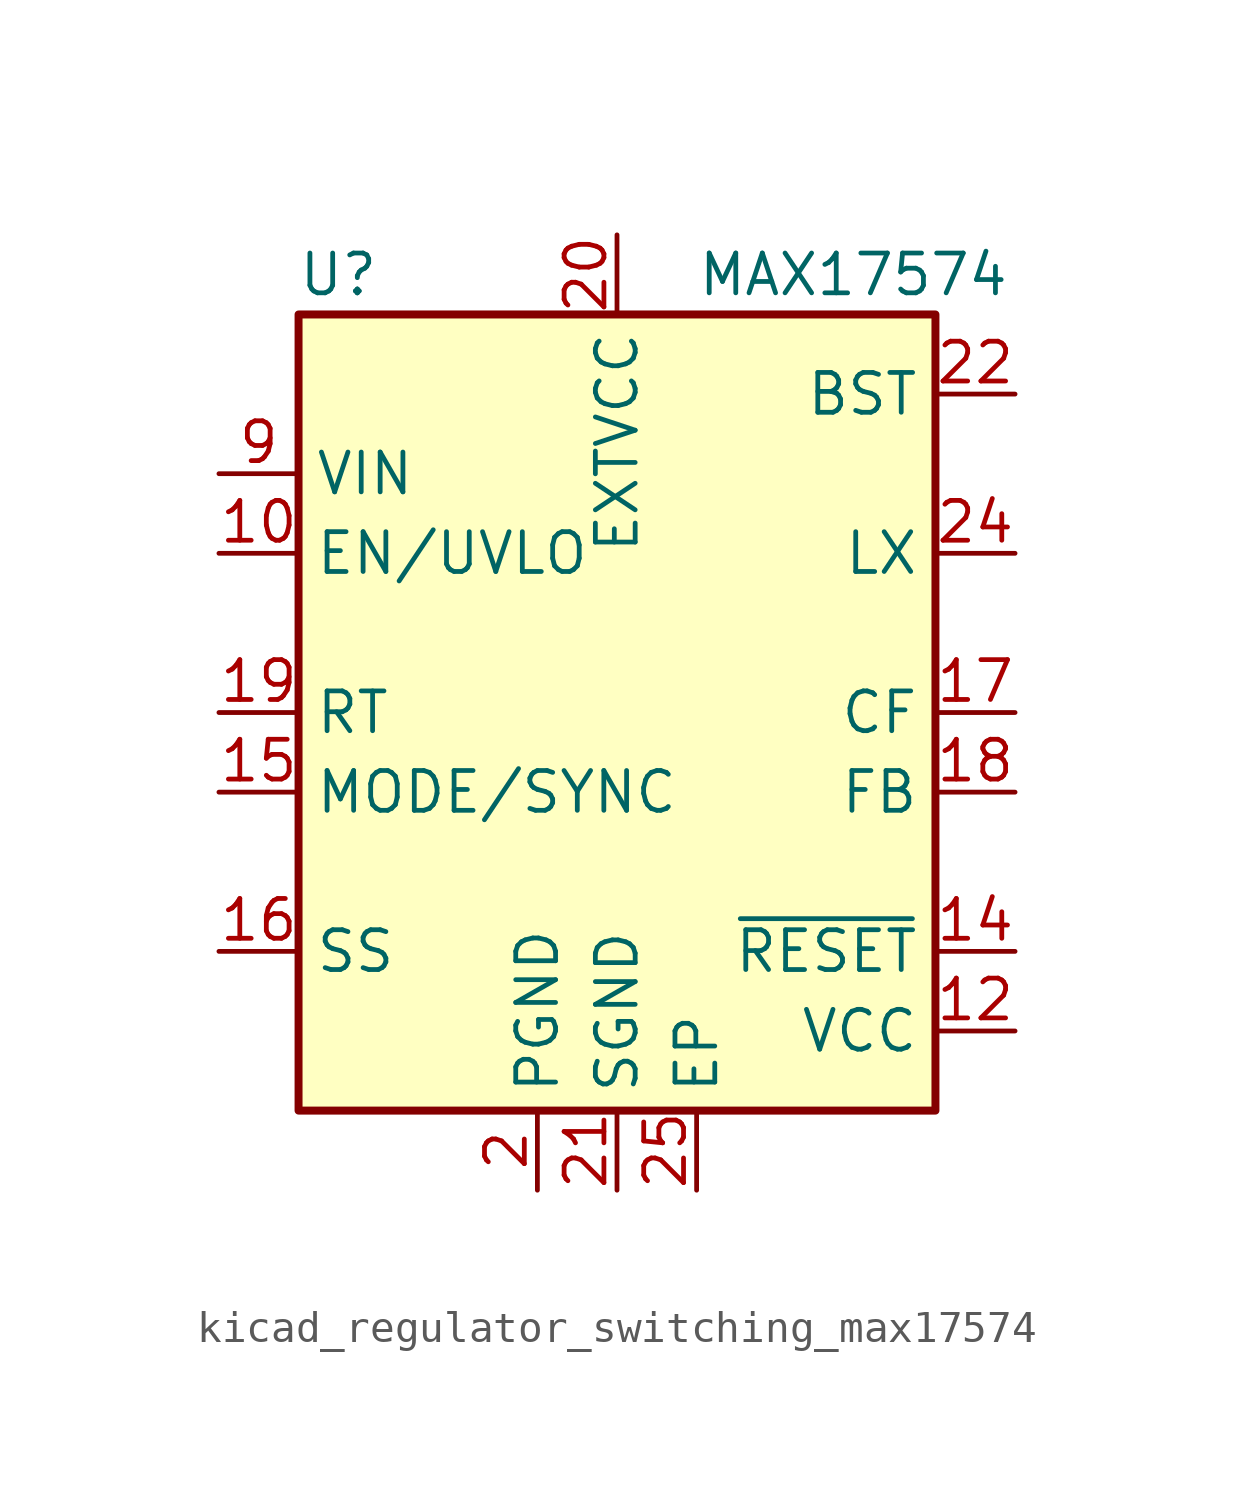
<source format=kicad_sym>
(kicad_symbol_lib
  (version 20220914)
  (generator kicad_symbol_editor)
  (symbol "kicad_regulator_switching_max17574"
    (property "Reference" "U"
      (at -8.89 13.97 0)
      (effects (font (size 1.27 1.27))))
    (property "Value" "MAX17574"
      (at 2.54 13.97 0)
      (effects (font (size 1.27 1.27)) (justify left)))
    (symbol "kicad_regulator_switching_max17574_0_1"
      (rectangle (start -10.16 12.7) (end 10.16 -12.7) (stroke (width 0.254) (type default)) (fill (type background))))
    (symbol "kicad_regulator_switching_max17574_1_1"
      (pin passive line (at 12.7 5.08 180) (length 2.54) hide (name "LX" (effects (font (size 1.27 1.27)))) (number "1" (effects (font (size 1.27 1.27)))))
      (pin input line (at -12.7 5.08 0) (length 2.54) (name "EN/UVLO" (effects (font (size 1.27 1.27)))) (number "10" (effects (font (size 1.27 1.27)))))
      (pin passive line (at -2.54 -15.24 90) (length 2.54) hide (name "PGND" (effects (font (size 1.27 1.27)))) (number "11" (effects (font (size 1.27 1.27)))))
      (pin power_out line (at 12.7 -10.16 180) (length 2.54) (name "VCC" (effects (font (size 1.27 1.27)))) (number "12" (effects (font (size 1.27 1.27)))))
      (pin no_connect line (at 10.16 -5.08 180) (length 2.54) hide (name "NC" (effects (font (size 1.27 1.27)))) (number "13" (effects (font (size 1.27 1.27)))))
      (pin open_collector line (at 12.7 -7.62 180) (length 2.54) (name "~{RESET}" (effects (font (size 1.27 1.27)))) (number "14" (effects (font (size 1.27 1.27)))))
      (pin input line (at -12.7 -2.54 0) (length 2.54) (name "MODE/SYNC" (effects (font (size 1.27 1.27)))) (number "15" (effects (font (size 1.27 1.27)))))
      (pin passive line (at -12.7 -7.62 0) (length 2.54) (name "SS" (effects (font (size 1.27 1.27)))) (number "16" (effects (font (size 1.27 1.27)))))
      (pin passive line (at 12.7 0 180) (length 2.54) (name "CF" (effects (font (size 1.27 1.27)))) (number "17" (effects (font (size 1.27 1.27)))))
      (pin input line (at 12.7 -2.54 180) (length 2.54) (name "FB" (effects (font (size 1.27 1.27)))) (number "18" (effects (font (size 1.27 1.27)))))
      (pin input line (at -12.7 0 0) (length 2.54) (name "RT" (effects (font (size 1.27 1.27)))) (number "19" (effects (font (size 1.27 1.27)))))
      (pin power_in line (at -2.54 -15.24 90) (length 2.54) (name "PGND" (effects (font (size 1.27 1.27)))) (number "2" (effects (font (size 1.27 1.27)))))
      (pin power_in line (at 0 15.24 270) (length 2.54) (name "EXTVCC" (effects (font (size 1.27 1.27)))) (number "20" (effects (font (size 1.27 1.27)))))
      (pin power_in line (at 0 -15.24 90) (length 2.54) (name "SGND" (effects (font (size 1.27 1.27)))) (number "21" (effects (font (size 1.27 1.27)))))
      (pin passive line (at 12.7 10.16 180) (length 2.54) (name "BST" (effects (font (size 1.27 1.27)))) (number "22" (effects (font (size 1.27 1.27)))))
      (pin passive line (at 12.7 5.08 180) (length 2.54) hide (name "LX" (effects (font (size 1.27 1.27)))) (number "23" (effects (font (size 1.27 1.27)))))
      (pin power_out line (at 12.7 5.08 180) (length 2.54) (name "LX" (effects (font (size 1.27 1.27)))) (number "24" (effects (font (size 1.27 1.27)))))
      (pin power_in line (at 2.54 -15.24 90) (length 2.54) (name "EP" (effects (font (size 1.27 1.27)))) (number "25" (effects (font (size 1.27 1.27)))))
      (pin passive line (at -2.54 -15.24 90) (length 2.54) hide (name "PGND" (effects (font (size 1.27 1.27)))) (number "3" (effects (font (size 1.27 1.27)))))
      (pin no_connect line (at -10.16 2.54 0) (length 2.54) hide (name "NC" (effects (font (size 1.27 1.27)))) (number "4" (effects (font (size 1.27 1.27)))))
      (pin passive line (at -12.7 7.62 0) (length 2.54) hide (name "VIN" (effects (font (size 1.27 1.27)))) (number "5" (effects (font (size 1.27 1.27)))))
      (pin passive line (at -12.7 7.62 0) (length 2.54) hide (name "VIN" (effects (font (size 1.27 1.27)))) (number "6" (effects (font (size 1.27 1.27)))))
      (pin passive line (at -12.7 7.62 0) (length 2.54) hide (name "VIN" (effects (font (size 1.27 1.27)))) (number "7" (effects (font (size 1.27 1.27)))))
      (pin no_connect line (at -10.16 -5.08 0) (length 2.54) hide (name "NC" (effects (font (size 1.27 1.27)))) (number "8" (effects (font (size 1.27 1.27)))))
      (pin power_in line (at -12.7 7.62 0) (length 2.54) (name "VIN" (effects (font (size 1.27 1.27)))) (number "9" (effects (font (size 1.27 1.27))))))))
</source>
